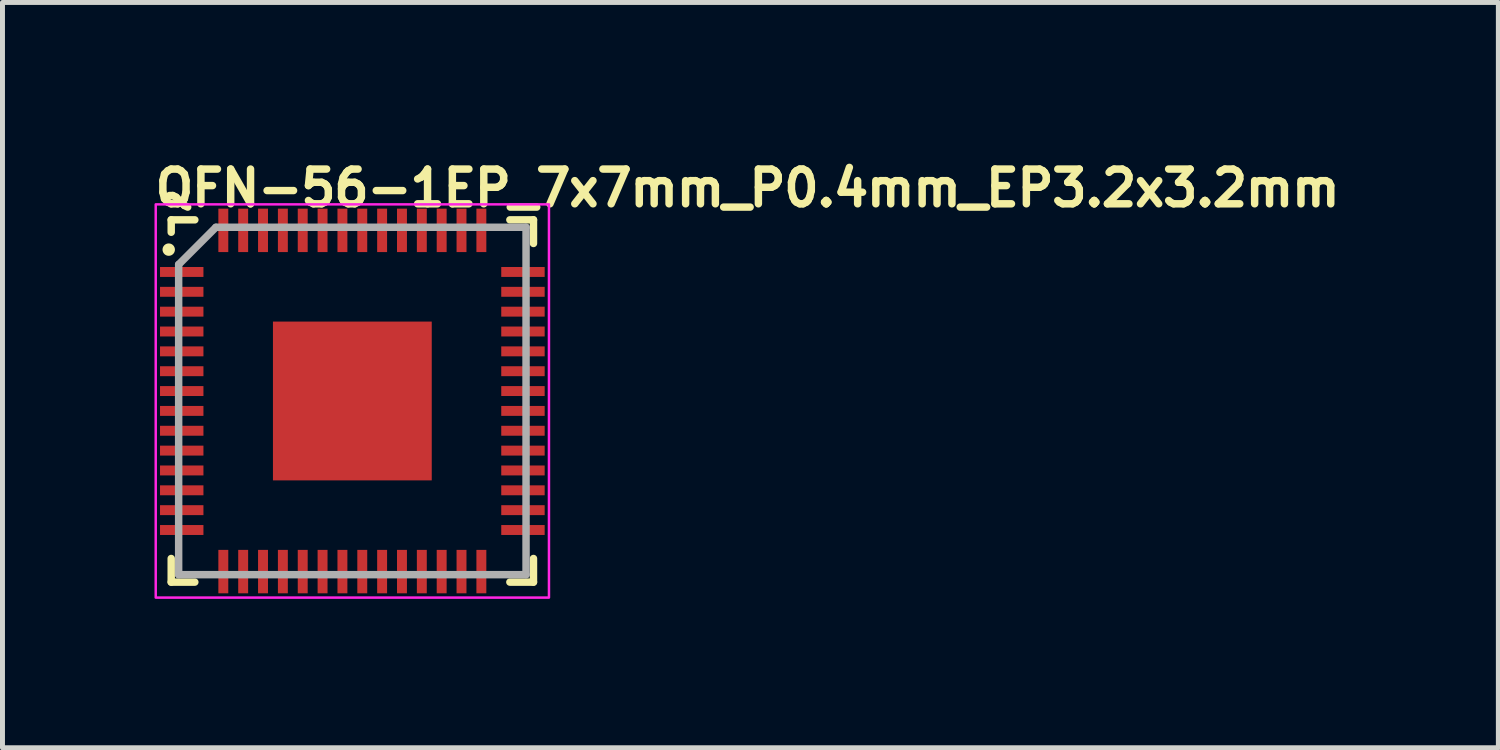
<source format=kicad_pcb>
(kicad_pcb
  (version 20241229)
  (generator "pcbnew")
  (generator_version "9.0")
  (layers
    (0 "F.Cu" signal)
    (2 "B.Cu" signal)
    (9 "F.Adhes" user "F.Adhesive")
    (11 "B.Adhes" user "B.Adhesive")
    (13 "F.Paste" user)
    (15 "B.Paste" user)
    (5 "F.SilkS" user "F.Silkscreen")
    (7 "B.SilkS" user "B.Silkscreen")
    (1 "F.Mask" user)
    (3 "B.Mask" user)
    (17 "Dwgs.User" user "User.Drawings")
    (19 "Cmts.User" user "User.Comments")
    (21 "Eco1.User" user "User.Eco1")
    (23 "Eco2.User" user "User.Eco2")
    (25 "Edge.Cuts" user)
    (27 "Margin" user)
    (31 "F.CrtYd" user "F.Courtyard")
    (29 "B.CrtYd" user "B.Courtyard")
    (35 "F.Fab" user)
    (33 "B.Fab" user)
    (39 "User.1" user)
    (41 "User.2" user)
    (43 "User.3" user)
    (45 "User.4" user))
  (footprint "QFN-56-1EP_7x7mm_P0.4mm_EP3.2x3.2mm"
    (layer "F.Cu")
    (at 4.05 5.03)
    (property "Reference" "QFN-56-1EP_7x7mm_P0.4mm_EP3.2x3.2mm" (at -4.05 -3.88 0) (layer "F.SilkS") (effects (font (size 0.7 0.7) (thickness 0.15)) (justify left bottom)))
    (attr smd)
    (fp_line (start -3.65 -3.4) (end -3.65 -3.65) (stroke (width 0.15) (type solid)) (layer "F.SilkS"))
    (fp_line (start -3.65 3.65) (end -3.65 3.174) (stroke (width 0.15) (type solid)) (layer "F.SilkS"))
    (fp_line (start -3.174 -3.65) (end -3.65 -3.65) (stroke (width 0.15) (type solid)) (layer "F.SilkS"))
    (fp_line (start -3.174 3.65) (end -3.65 3.65) (stroke (width 0.15) (type solid)) (layer "F.SilkS"))
    (fp_line (start 3.174 -3.65) (end 3.65 -3.65) (stroke (width 0.15) (type solid)) (layer "F.SilkS"))
    (fp_line (start 3.174 3.65) (end 3.65 3.65) (stroke (width 0.15) (type solid)) (layer "F.SilkS"))
    (fp_line (start 3.65 -3.65) (end 3.65 -3.174) (stroke (width 0.15) (type solid)) (layer "F.SilkS"))
    (fp_line (start 3.65 3.65) (end 3.65 3.174) (stroke (width 0.15) (type solid)) (layer "F.SilkS"))
    (fp_circle (center -3.7 -3.05) (end -3.65 -3.05) (stroke (width 0.15) (type solid)) (fill yes) (layer "F.SilkS"))
    (fp_rect (start -1.4 -1.4) (end -0.2 -0.2) (stroke (width 0.1) (type solid)) (fill yes) (layer "F.Paste"))
    (fp_rect (start -1.4 0.2) (end -0.2 1.4) (stroke (width 0.1) (type solid)) (fill yes) (layer "F.Paste"))
    (fp_rect (start 0.2 -1.4) (end 1.4 -0.2) (stroke (width 0.1) (type solid)) (fill yes) (layer "F.Paste"))
    (fp_rect (start 0.2 0.2) (end 1.4 1.4) (stroke (width 0.1) (type solid)) (fill yes) (layer "F.Paste"))
    (fp_rect (start 3.962 3.962) (end -3.962 -3.962) (stroke (width 0.05) (type solid)) (fill no) (layer "F.CrtYd"))
    (fp_line (start -3.5 -2.75) (end -3.5 3.5) (stroke (width 0.15) (type solid)) (layer "F.Fab"))
    (fp_line (start -3.5 3.5) (end 3.5 3.5) (stroke (width 0.15) (type solid)) (layer "F.Fab"))
    (fp_line (start -2.75 -3.5) (end -3.5 -2.75) (stroke (width 0.15) (type solid)) (layer "F.Fab"))
    (fp_line (start 3.5 -3.5) (end -2.75 -3.5) (stroke (width 0.15) (type solid)) (layer "F.Fab"))
    (fp_line (start 3.5 3.5) (end 3.5 -3.5) (stroke (width 0.15) (type solid)) (layer "F.Fab"))
    (fp_rect (start -3.5 -3.5) (end 3.5 3.5) (stroke (width 0.15) (type solid)) (fill no) (layer "User.5"))
    (fp_line (start -3.5 -2.7) (end -3.5 -2.5) (stroke (width 0.01) (type solid)) (layer "User.9"))
    (fp_line (start -3.5 -2.5) (end -3.49 -2.5) (stroke (width 0.01) (type solid)) (layer "User.9"))
    (fp_line (start -3.5 -2.3) (end -3.5 -2.1) (stroke (width 0.01) (type solid)) (layer "User.9"))
    (fp_line (start -3.5 -2.1) (end -3.49 -2.1) (stroke (width 0.01) (type solid)) (layer "User.9"))
    (fp_line (start -3.5 -1.9) (end -3.5 -1.7) (stroke (width 0.01) (type solid)) (layer "User.9"))
    (fp_line (start -3.5 -1.7) (end -3.49 -1.7) (stroke (width 0.01) (type solid)) (layer "User.9"))
    (fp_line (start -3.5 -1.5) (end -3.5 -1.3) (stroke (width 0.01) (type solid)) (layer "User.9"))
    (fp_line (start -3.5 -1.3) (end -3.49 -1.3) (stroke (width 0.01) (type solid)) (layer "User.9"))
    (fp_line (start -3.5 -1.1) (end -3.5 -0.9) (stroke (width 0.01) (type solid)) (layer "User.9"))
    (fp_line (start -3.5 -0.9) (end -3.49 -0.9) (stroke (width 0.01) (type solid)) (layer "User.9"))
    (fp_line (start -3.5 -0.7) (end -3.5 -0.5) (stroke (width 0.01) (type solid)) (layer "User.9"))
    (fp_line (start -3.5 -0.5) (end -3.49 -0.5) (stroke (width 0.01) (type solid)) (layer "User.9"))
    (fp_line (start -3.5 -0.3) (end -3.5 -0.1) (stroke (width 0.01) (type solid)) (layer "User.9"))
    (fp_line (start -3.5 -0.1) (end -3.49 -0.1) (stroke (width 0.01) (type solid)) (layer "User.9"))
    (fp_line (start -3.5 0.1) (end -3.5 0.3) (stroke (width 0.01) (type solid)) (layer "User.9"))
    (fp_line (start -3.5 0.3) (end -3.49 0.3) (stroke (width 0.01) (type solid)) (layer "User.9"))
    (fp_line (start -3.5 0.5) (end -3.5 0.7) (stroke (width 0.01) (type solid)) (layer "User.9"))
    (fp_line (start -3.5 0.7) (end -3.49 0.7) (stroke (width 0.01) (type solid)) (layer "User.9"))
    (fp_line (start -3.5 0.9) (end -3.5 1.1) (stroke (width 0.01) (type solid)) (layer "User.9"))
    (fp_line (start -3.5 1.1) (end -3.49 1.1) (stroke (width 0.01) (type solid)) (layer "User.9"))
    (fp_line (start -3.5 1.3) (end -3.5 1.5) (stroke (width 0.01) (type solid)) (layer "User.9"))
    (fp_line (start -3.5 1.5) (end -3.49 1.5) (stroke (width 0.01) (type solid)) (layer "User.9"))
    (fp_line (start -3.5 1.7) (end -3.5 1.9) (stroke (width 0.01) (type solid)) (layer "User.9"))
    (fp_line (start -3.5 1.9) (end -3.49 1.9) (stroke (width 0.01) (type solid)) (layer "User.9"))
    (fp_line (start -3.5 2.1) (end -3.5 2.3) (stroke (width 0.01) (type solid)) (layer "User.9"))
    (fp_line (start -3.5 2.3) (end -3.49 2.3) (stroke (width 0.01) (type solid)) (layer "User.9"))
    (fp_line (start -3.5 2.5) (end -3.5 2.7) (stroke (width 0.01) (type solid)) (layer "User.9"))
    (fp_line (start -3.5 2.7) (end -3.49 2.7) (stroke (width 0.01) (type solid)) (layer "User.9"))
    (fp_line (start -3.49 -2.7) (end -3.5 -2.7) (stroke (width 0.01) (type solid)) (layer "User.9"))
    (fp_line (start -3.49 -2.3) (end -3.5 -2.3) (stroke (width 0.01) (type solid)) (layer "User.9"))
    (fp_line (start -3.49 -1.9) (end -3.5 -1.9) (stroke (width 0.01) (type solid)) (layer "User.9"))
    (fp_line (start -3.49 -1.5) (end -3.5 -1.5) (stroke (width 0.01) (type solid)) (layer "User.9"))
    (fp_line (start -3.49 -1.1) (end -3.5 -1.1) (stroke (width 0.01) (type solid)) (layer "User.9"))
    (fp_line (start -3.49 -0.7) (end -3.5 -0.7) (stroke (width 0.01) (type solid)) (layer "User.9"))
    (fp_line (start -3.49 -0.3) (end -3.5 -0.3) (stroke (width 0.01) (type solid)) (layer "User.9"))
    (fp_line (start -3.49 0.1) (end -3.5 0.1) (stroke (width 0.01) (type solid)) (layer "User.9"))
    (fp_line (start -3.49 0.5) (end -3.5 0.5) (stroke (width 0.01) (type solid)) (layer "User.9"))
    (fp_line (start -3.49 0.9) (end -3.5 0.9) (stroke (width 0.01) (type solid)) (layer "User.9"))
    (fp_line (start -3.49 1.3) (end -3.5 1.3) (stroke (width 0.01) (type solid)) (layer "User.9"))
    (fp_line (start -3.49 1.7) (end -3.5 1.7) (stroke (width 0.01) (type solid)) (layer "User.9"))
    (fp_line (start -3.49 2.1) (end -3.5 2.1) (stroke (width 0.01) (type solid)) (layer "User.9"))
    (fp_line (start -3.49 2.5) (end -3.5 2.5) (stroke (width 0.01) (type solid)) (layer "User.9"))
    (fp_line (start -3.05 -2.8) (end -3.05 -2.787) (stroke (width 0.01) (type solid)) (layer "User.9"))
    (fp_line (start -3.05 -2.813) (end -3.05 -2.8) (stroke (width 0.01) (type solid)) (layer "User.9"))
    (fp_line (start -3.05 -2.787) (end -3.049 -2.774) (stroke (width 0.01) (type solid)) (layer "User.9"))
    (fp_line (start -3.049 -2.826) (end -3.05 -2.813) (stroke (width 0.01) (type solid)) (layer "User.9"))
    (fp_line (start -3.049 -2.774) (end -3.047 -2.762) (stroke (width 0.01) (type solid)) (layer "User.9"))
    (fp_line (start -3.047 -2.838) (end -3.049 -2.826) (stroke (width 0.01) (type solid)) (layer "User.9"))
    (fp_line (start -3.047 -2.762) (end -3.045 -2.75) (stroke (width 0.01) (type solid)) (layer "User.9"))
    (fp_line (start -3.045 -2.85) (end -3.047 -2.838) (stroke (width 0.01) (type solid)) (layer "User.9"))
    (fp_line (start -3.045 -2.75) (end -3.042 -2.738) (stroke (width 0.01) (type solid)) (layer "User.9"))
    (fp_line (start -3.042 -2.862) (end -3.045 -2.85) (stroke (width 0.01) (type solid)) (layer "User.9"))
    (fp_line (start -3.042 -2.738) (end -3.039 -2.726) (stroke (width 0.01) (type solid)) (layer "User.9"))
    (fp_line (start -3.039 -2.874) (end -3.042 -2.862) (stroke (width 0.01) (type solid)) (layer "User.9"))
    (fp_line (start -3.039 -2.726) (end -3.035 -2.714) (stroke (width 0.01) (type solid)) (layer "User.9"))
    (fp_line (start -3.035 -2.886) (end -3.039 -2.874) (stroke (width 0.01) (type solid)) (layer "User.9"))
    (fp_line (start -3.035 -2.714) (end -3.03 -2.703) (stroke (width 0.01) (type solid)) (layer "User.9"))
    (fp_line (start -3.03 -2.897) (end -3.035 -2.886) (stroke (width 0.01) (type solid)) (layer "User.9"))
    (fp_line (start -3.03 -2.703) (end -3.025 -2.692) (stroke (width 0.01) (type solid)) (layer "User.9"))
    (fp_line (start -3.025 -2.908) (end -3.03 -2.897) (stroke (width 0.01) (type solid)) (layer "User.9"))
    (fp_line (start -3.025 -2.692) (end -3.02 -2.681) (stroke (width 0.01) (type solid)) (layer "User.9"))
    (fp_line (start -3.02 -2.919) (end -3.025 -2.908) (stroke (width 0.01) (type solid)) (layer "User.9"))
    (fp_line (start -3.02 -2.681) (end -3.014 -2.67) (stroke (width 0.01) (type solid)) (layer "User.9"))
    (fp_line (start -3.014 -2.93) (end -3.02 -2.919) (stroke (width 0.01) (type solid)) (layer "User.9"))
    (fp_line (start -3.014 -2.67) (end -3.007 -2.66) (stroke (width 0.01) (type solid)) (layer "User.9"))
    (fp_line (start -3.007 -2.94) (end -3.014 -2.93) (stroke (width 0.01) (type solid)) (layer "User.9"))
    (fp_line (start -3.007 -2.66) (end -3 -2.65) (stroke (width 0.01) (type solid)) (layer "User.9"))
    (fp_line (start -3 -2.95) (end -3.007 -2.94) (stroke (width 0.01) (type solid)) (layer "User.9"))
    (fp_line (start -3 -2.65) (end -2.993 -2.641) (stroke (width 0.01) (type solid)) (layer "User.9"))
    (fp_line (start -2.993 -2.959) (end -3 -2.95) (stroke (width 0.01) (type solid)) (layer "User.9"))
    (fp_line (start -2.993 -2.641) (end -2.985 -2.632) (stroke (width 0.01) (type solid)) (layer "User.9"))
    (fp_line (start -2.985 -2.968) (end -2.993 -2.959) (stroke (width 0.01) (type solid)) (layer "User.9"))
    (fp_line (start -2.985 -2.632) (end -2.977 -2.623) (stroke (width 0.01) (type solid)) (layer "User.9"))
    (fp_line (start -2.977 -2.977) (end -2.985 -2.968) (stroke (width 0.01) (type solid)) (layer "User.9"))
    (fp_line (start -2.977 -2.623) (end -2.968 -2.615) (stroke (width 0.01) (type solid)) (layer "User.9"))
    (fp_line (start -2.968 -2.985) (end -2.977 -2.977) (stroke (width 0.01) (type solid)) (layer "User.9"))
    (fp_line (start -2.968 -2.615) (end -2.959 -2.607) (stroke (width 0.01) (type solid)) (layer "User.9"))
    (fp_line (start -2.959 -2.993) (end -2.968 -2.985) (stroke (width 0.01) (type solid)) (layer "User.9"))
    (fp_line (start -2.959 -2.607) (end -2.95 -2.6) (stroke (width 0.01) (type solid)) (layer "User.9"))
    (fp_line (start -2.95 -3) (end -2.959 -2.993) (stroke (width 0.01) (type solid)) (layer "User.9"))
    (fp_line (start -2.95 -2.6) (end -2.94 -2.593) (stroke (width 0.01) (type solid)) (layer "User.9"))
    (fp_line (start -2.94 -3.007) (end -2.95 -3) (stroke (width 0.01) (type solid)) (layer "User.9"))
    (fp_line (start -2.94 -2.593) (end -2.93 -2.586) (stroke (width 0.01) (type solid)) (layer "User.9"))
    (fp_line (start -2.93 -3.014) (end -2.94 -3.007) (stroke (width 0.01) (type solid)) (layer "User.9"))
    (fp_line (start -2.93 -2.586) (end -2.919 -2.58) (stroke (width 0.01) (type solid)) (layer "User.9"))
    (fp_line (start -2.919 -3.02) (end -2.93 -3.014) (stroke (width 0.01) (type solid)) (layer "User.9"))
    (fp_line (start -2.919 -2.58) (end -2.908 -2.575) (stroke (width 0.01) (type solid)) (layer "User.9"))
    (fp_line (start -2.908 -3.025) (end -2.919 -3.02) (stroke (width 0.01) (type solid)) (layer "User.9"))
    (fp_line (start -2.908 -2.575) (end -2.897 -2.57) (stroke (width 0.01) (type solid)) (layer "User.9"))
    (fp_line (start -2.897 -3.03) (end -2.908 -3.025) (stroke (width 0.01) (type solid)) (layer "User.9"))
    (fp_line (start -2.897 -2.57) (end -2.886 -2.565) (stroke (width 0.01) (type solid)) (layer "User.9"))
    (fp_line (start -2.886 -3.035) (end -2.897 -3.03) (stroke (width 0.01) (type solid)) (layer "User.9"))
    (fp_line (start -2.886 -2.565) (end -2.874 -2.561) (stroke (width 0.01) (type solid)) (layer "User.9"))
    (fp_line (start -2.874 -3.039) (end -2.886 -3.035) (stroke (width 0.01) (type solid)) (layer "User.9"))
    (fp_line (start -2.874 -2.561) (end -2.862 -2.558) (stroke (width 0.01) (type solid)) (layer "User.9"))
    (fp_line (start -2.862 -3.042) (end -2.874 -3.039) (stroke (width 0.01) (type solid)) (layer "User.9"))
    (fp_line (start -2.862 -2.558) (end -2.85 -2.555) (stroke (width 0.01) (type solid)) (layer "User.9"))
    (fp_line (start -2.85 -3.045) (end -2.862 -3.042) (stroke (width 0.01) (type solid)) (layer "User.9"))
    (fp_line (start -2.85 -2.555) (end -2.838 -2.553) (stroke (width 0.01) (type solid)) (layer "User.9"))
    (fp_line (start -2.838 -3.047) (end -2.85 -3.045) (stroke (width 0.01) (type solid)) (layer "User.9"))
    (fp_line (start -2.838 -2.553) (end -2.826 -2.551) (stroke (width 0.01) (type solid)) (layer "User.9"))
    (fp_line (start -2.826 -3.049) (end -2.838 -3.047) (stroke (width 0.01) (type solid)) (layer "User.9"))
    (fp_line (start -2.826 -2.551) (end -2.813 -2.55) (stroke (width 0.01) (type solid)) (layer "User.9"))
    (fp_line (start -2.813 -3.05) (end -2.826 -3.049) (stroke (width 0.01) (type solid)) (layer "User.9"))
    (fp_line (start -2.813 -2.55) (end -2.8 -2.55) (stroke (width 0.01) (type solid)) (layer "User.9"))
    (fp_line (start -2.8 -3.05) (end -2.813 -3.05) (stroke (width 0.01) (type solid)) (layer "User.9"))
    (fp_line (start -2.8 -2.55) (end -2.787 -2.55) (stroke (width 0.01) (type solid)) (layer "User.9"))
    (fp_line (start -2.787 -3.05) (end -2.8 -3.05) (stroke (width 0.01) (type solid)) (layer "User.9"))
    (fp_line (start -2.787 -2.55) (end -2.774 -2.551) (stroke (width 0.01) (type solid)) (layer "User.9"))
    (fp_line (start -2.774 -3.049) (end -2.787 -3.05) (stroke (width 0.01) (type solid)) (layer "User.9"))
    (fp_line (start -2.774 -2.551) (end -2.762 -2.553) (stroke (width 0.01) (type solid)) (layer "User.9"))
    (fp_line (start -2.762 -3.047) (end -2.774 -3.049) (stroke (width 0.01) (type solid)) (layer "User.9"))
    (fp_line (start -2.762 -2.553) (end -2.75 -2.555) (stroke (width 0.01) (type solid)) (layer "User.9"))
    (fp_line (start -2.75 -3.045) (end -2.762 -3.047) (stroke (width 0.01) (type solid)) (layer "User.9"))
    (fp_line (start -2.75 -2.555) (end -2.738 -2.558) (stroke (width 0.01) (type solid)) (layer "User.9"))
    (fp_line (start -2.738 -3.042) (end -2.75 -3.045) (stroke (width 0.01) (type solid)) (layer "User.9"))
    (fp_line (start -2.738 -2.558) (end -2.726 -2.561) (stroke (width 0.01) (type solid)) (layer "User.9"))
    (fp_line (start -2.726 -3.039) (end -2.738 -3.042) (stroke (width 0.01) (type solid)) (layer "User.9"))
    (fp_line (start -2.726 -2.561) (end -2.714 -2.565) (stroke (width 0.01) (type solid)) (layer "User.9"))
    (fp_line (start -2.714 -3.035) (end -2.726 -3.039) (stroke (width 0.01) (type solid)) (layer "User.9"))
    (fp_line (start -2.714 -2.565) (end -2.703 -2.57) (stroke (width 0.01) (type solid)) (layer "User.9"))
    (fp_line (start -2.703 -3.03) (end -2.714 -3.035) (stroke (width 0.01) (type solid)) (layer "User.9"))
    (fp_line (start -2.703 -2.57) (end -2.692 -2.575) (stroke (width 0.01) (type solid)) (layer "User.9"))
    (fp_line (start -2.7 -3.5) (end -2.7 -3.49) (stroke (width 0.01) (type solid)) (layer "User.9"))
    (fp_line (start -2.7 3.49) (end -2.7 3.5) (stroke (width 0.01) (type solid)) (layer "User.9"))
    (fp_line (start -2.7 3.5) (end -2.5 3.5) (stroke (width 0.01) (type solid)) (layer "User.9"))
    (fp_line (start -2.692 -3.025) (end -2.703 -3.03) (stroke (width 0.01) (type solid)) (layer "User.9"))
    (fp_line (start -2.692 -2.575) (end -2.681 -2.58) (stroke (width 0.01) (type solid)) (layer "User.9"))
    (fp_line (start -2.681 -3.02) (end -2.692 -3.025) (stroke (width 0.01) (type solid)) (layer "User.9"))
    (fp_line (start -2.681 -2.58) (end -2.67 -2.586) (stroke (width 0.01) (type solid)) (layer "User.9"))
    (fp_line (start -2.67 -3.014) (end -2.681 -3.02) (stroke (width 0.01) (type solid)) (layer "User.9"))
    (fp_line (start -2.67 -2.586) (end -2.66 -2.593) (stroke (width 0.01) (type solid)) (layer "User.9"))
    (fp_line (start -2.66 -3.007) (end -2.67 -3.014) (stroke (width 0.01) (type solid)) (layer "User.9"))
    (fp_line (start -2.66 -2.593) (end -2.65 -2.6) (stroke (width 0.01) (type solid)) (layer "User.9"))
    (fp_line (start -2.65 -3) (end -2.66 -3.007) (stroke (width 0.01) (type solid)) (layer "User.9"))
    (fp_line (start -2.65 -2.6) (end -2.641 -2.607) (stroke (width 0.01) (type solid)) (layer "User.9"))
    (fp_line (start -2.641 -2.993) (end -2.65 -3) (stroke (width 0.01) (type solid)) (layer "User.9"))
    (fp_line (start -2.641 -2.607) (end -2.632 -2.615) (stroke (width 0.01) (type solid)) (layer "User.9"))
    (fp_line (start -2.632 -2.985) (end -2.641 -2.993) (stroke (width 0.01) (type solid)) (layer "User.9"))
    (fp_line (start -2.632 -2.615) (end -2.623 -2.623) (stroke (width 0.01) (type solid)) (layer "User.9"))
    (fp_line (start -2.623 -2.977) (end -2.632 -2.985) (stroke (width 0.01) (type solid)) (layer "User.9"))
    (fp_line (start -2.623 -2.623) (end -2.615 -2.632) (stroke (width 0.01) (type solid)) (layer "User.9"))
    (fp_line (start -2.615 -2.968) (end -2.623 -2.977) (stroke (width 0.01) (type solid)) (layer "User.9"))
    (fp_line (start -2.615 -2.632) (end -2.607 -2.641) (stroke (width 0.01) (type solid)) (layer "User.9"))
    (fp_line (start -2.607 -2.959) (end -2.615 -2.968) (stroke (width 0.01) (type solid)) (layer "User.9"))
    (fp_line (start -2.607 -2.641) (end -2.6 -2.65) (stroke (width 0.01) (type solid)) (layer "User.9"))
    (fp_line (start -2.6 -2.95) (end -2.607 -2.959) (stroke (width 0.01) (type solid)) (layer "User.9"))
    (fp_line (start -2.6 -2.65) (end -2.593 -2.66) (stroke (width 0.01) (type solid)) (layer "User.9"))
    (fp_line (start -2.593 -2.94) (end -2.6 -2.95) (stroke (width 0.01) (type solid)) (layer "User.9"))
    (fp_line (start -2.593 -2.66) (end -2.586 -2.67) (stroke (width 0.01) (type solid)) (layer "User.9"))
    (fp_line (start -2.586 -2.93) (end -2.593 -2.94) (stroke (width 0.01) (type solid)) (layer "User.9"))
    (fp_line (start -2.586 -2.67) (end -2.58 -2.681) (stroke (width 0.01) (type solid)) (layer "User.9"))
    (fp_line (start -2.58 -2.919) (end -2.586 -2.93) (stroke (width 0.01) (type solid)) (layer "User.9"))
    (fp_line (start -2.58 -2.681) (end -2.575 -2.692) (stroke (width 0.01) (type solid)) (layer "User.9"))
    (fp_line (start -2.575 -2.908) (end -2.58 -2.919) (stroke (width 0.01) (type solid)) (layer "User.9"))
    (fp_line (start -2.575 -2.692) (end -2.57 -2.703) (stroke (width 0.01) (type solid)) (layer "User.9"))
    (fp_line (start -2.57 -2.897) (end -2.575 -2.908) (stroke (width 0.01) (type solid)) (layer "User.9"))
    (fp_line (start -2.57 -2.703) (end -2.565 -2.714) (stroke (width 0.01) (type solid)) (layer "User.9"))
    (fp_line (start -2.565 -2.886) (end -2.57 -2.897) (stroke (width 0.01) (type solid)) (layer "User.9"))
    (fp_line (start -2.565 -2.714) (end -2.561 -2.726) (stroke (width 0.01) (type solid)) (layer "User.9"))
    (fp_line (start -2.561 -2.874) (end -2.565 -2.886) (stroke (width 0.01) (type solid)) (layer "User.9"))
    (fp_line (start -2.561 -2.726) (end -2.558 -2.738) (stroke (width 0.01) (type solid)) (layer "User.9"))
    (fp_line (start -2.558 -2.862) (end -2.561 -2.874) (stroke (width 0.01) (type solid)) (layer "User.9"))
    (fp_line (start -2.558 -2.738) (end -2.555 -2.75) (stroke (width 0.01) (type solid)) (layer "User.9"))
    (fp_line (start -2.555 -2.85) (end -2.558 -2.862) (stroke (width 0.01) (type solid)) (layer "User.9"))
    (fp_line (start -2.555 -2.75) (end -2.553 -2.762) (stroke (width 0.01) (type solid)) (layer "User.9"))
    (fp_line (start -2.553 -2.838) (end -2.555 -2.85) (stroke (width 0.01) (type solid)) (layer "User.9"))
    (fp_line (start -2.553 -2.762) (end -2.551 -2.774) (stroke (width 0.01) (type solid)) (layer "User.9"))
    (fp_line (start -2.551 -2.826) (end -2.553 -2.838) (stroke (width 0.01) (type solid)) (layer "User.9"))
    (fp_line (start -2.551 -2.774) (end -2.55 -2.787) (stroke (width 0.01) (type solid)) (layer "User.9"))
    (fp_line (start -2.55 -2.813) (end -2.551 -2.826) (stroke (width 0.01) (type solid)) (layer "User.9"))
    (fp_line (start -2.55 -2.787) (end -2.55 -2.8) (stroke (width 0.01) (type solid)) (layer "User.9"))
    (fp_line (start -2.55 -2.8) (end -2.55 -2.813) (stroke (width 0.01) (type solid)) (layer "User.9"))
    (fp_line (start -2.5 -3.5) (end -2.7 -3.5) (stroke (width 0.01) (type solid)) (layer "User.9"))
    (fp_line (start -2.5 -3.49) (end -2.5 -3.5) (stroke (width 0.01) (type solid)) (layer "User.9"))
    (fp_line (start -2.5 3.5) (end -2.5 3.49) (stroke (width 0.01) (type solid)) (layer "User.9"))
    (fp_line (start -2.3 -3.5) (end -2.3 -3.49) (stroke (width 0.01) (type solid)) (layer "User.9"))
    (fp_line (start -2.3 3.49) (end -2.3 3.5) (stroke (width 0.01) (type solid)) (layer "User.9"))
    (fp_line (start -2.3 3.5) (end -2.1 3.5) (stroke (width 0.01) (type solid)) (layer "User.9"))
    (fp_line (start -2.1 -3.5) (end -2.3 -3.5) (stroke (width 0.01) (type solid)) (layer "User.9"))
    (fp_line (start -2.1 -3.49) (end -2.1 -3.5) (stroke (width 0.01) (type solid)) (layer "User.9"))
    (fp_line (start -2.1 3.5) (end -2.1 3.49) (stroke (width 0.01) (type solid)) (layer "User.9"))
    (fp_line (start -1.9 -3.5) (end -1.9 -3.49) (stroke (width 0.01) (type solid)) (layer "User.9"))
    (fp_line (start -1.9 3.49) (end -1.9 3.5) (stroke (width 0.01) (type solid)) (layer "User.9"))
    (fp_line (start -1.9 3.5) (end -1.7 3.5) (stroke (width 0.01) (type solid)) (layer "User.9"))
    (fp_line (start -1.7 -3.5) (end -1.9 -3.5) (stroke (width 0.01) (type solid)) (layer "User.9"))
    (fp_line (start -1.7 -3.49) (end -1.7 -3.5) (stroke (width 0.01) (type solid)) (layer "User.9"))
    (fp_line (start -1.7 3.5) (end -1.7 3.49) (stroke (width 0.01) (type solid)) (layer "User.9"))
    (fp_line (start -1.5 -3.5) (end -1.5 -3.49) (stroke (width 0.01) (type solid)) (layer "User.9"))
    (fp_line (start -1.5 3.49) (end -1.5 3.5) (stroke (width 0.01) (type solid)) (layer "User.9"))
    (fp_line (start -1.5 3.5) (end -1.3 3.5) (stroke (width 0.01) (type solid)) (layer "User.9"))
    (fp_line (start -1.3 -3.5) (end -1.5 -3.5) (stroke (width 0.01) (type solid)) (layer "User.9"))
    (fp_line (start -1.3 -3.49) (end -1.3 -3.5) (stroke (width 0.01) (type solid)) (layer "User.9"))
    (fp_line (start -1.3 3.5) (end -1.3 3.49) (stroke (width 0.01) (type solid)) (layer "User.9"))
    (fp_line (start -1.1 -3.5) (end -1.1 -3.49) (stroke (width 0.01) (type solid)) (layer "User.9"))
    (fp_line (start -1.1 3.49) (end -1.1 3.5) (stroke (width 0.01) (type solid)) (layer "User.9"))
    (fp_line (start -1.1 3.5) (end -0.9 3.5) (stroke (width 0.01) (type solid)) (layer "User.9"))
    (fp_line (start -0.9 -3.5) (end -1.1 -3.5) (stroke (width 0.01) (type solid)) (layer "User.9"))
    (fp_line (start -0.9 -3.49) (end -0.9 -3.5) (stroke (width 0.01) (type solid)) (layer "User.9"))
    (fp_line (start -0.9 3.5) (end -0.9 3.49) (stroke (width 0.01) (type solid)) (layer "User.9"))
    (fp_line (start -0.7 -3.5) (end -0.7 -3.49) (stroke (width 0.01) (type solid)) (layer "User.9"))
    (fp_line (start -0.7 3.49) (end -0.7 3.5) (stroke (width 0.01) (type solid)) (layer "User.9"))
    (fp_line (start -0.7 3.5) (end -0.5 3.5) (stroke (width 0.01) (type solid)) (layer "User.9"))
    (fp_line (start -0.5 -3.5) (end -0.7 -3.5) (stroke (width 0.01) (type solid)) (layer "User.9"))
    (fp_line (start -0.5 -3.49) (end -0.5 -3.5) (stroke (width 0.01) (type solid)) (layer "User.9"))
    (fp_line (start -0.5 3.5) (end -0.5 3.49) (stroke (width 0.01) (type solid)) (layer "User.9"))
    (fp_line (start -0.3 -3.5) (end -0.3 -3.49) (stroke (width 0.01) (type solid)) (layer "User.9"))
    (fp_line (start -0.3 3.49) (end -0.3 3.5) (stroke (width 0.01) (type solid)) (layer "User.9"))
    (fp_line (start -0.3 3.5) (end -0.1 3.5) (stroke (width 0.01) (type solid)) (layer "User.9"))
    (fp_line (start -0.1 -3.5) (end -0.3 -3.5) (stroke (width 0.01) (type solid)) (layer "User.9"))
    (fp_line (start -0.1 -3.49) (end -0.1 -3.5) (stroke (width 0.01) (type solid)) (layer "User.9"))
    (fp_line (start -0.1 3.5) (end -0.1 3.49) (stroke (width 0.01) (type solid)) (layer "User.9"))
    (fp_line (start 0.1 -3.5) (end 0.1 -3.49) (stroke (width 0.01) (type solid)) (layer "User.9"))
    (fp_line (start 0.1 3.49) (end 0.1 3.5) (stroke (width 0.01) (type solid)) (layer "User.9"))
    (fp_line (start 0.1 3.5) (end 0.3 3.5) (stroke (width 0.01) (type solid)) (layer "User.9"))
    (fp_line (start 0.3 -3.5) (end 0.1 -3.5) (stroke (width 0.01) (type solid)) (layer "User.9"))
    (fp_line (start 0.3 -3.49) (end 0.3 -3.5) (stroke (width 0.01) (type solid)) (layer "User.9"))
    (fp_line (start 0.3 3.5) (end 0.3 3.49) (stroke (width 0.01) (type solid)) (layer "User.9"))
    (fp_line (start 0.5 -3.5) (end 0.5 -3.49) (stroke (width 0.01) (type solid)) (layer "User.9"))
    (fp_line (start 0.5 3.49) (end 0.5 3.5) (stroke (width 0.01) (type solid)) (layer "User.9"))
    (fp_line (start 0.5 3.5) (end 0.7 3.5) (stroke (width 0.01) (type solid)) (layer "User.9"))
    (fp_line (start 0.7 -3.5) (end 0.5 -3.5) (stroke (width 0.01) (type solid)) (layer "User.9"))
    (fp_line (start 0.7 -3.49) (end 0.7 -3.5) (stroke (width 0.01) (type solid)) (layer "User.9"))
    (fp_line (start 0.7 3.5) (end 0.7 3.49) (stroke (width 0.01) (type solid)) (layer "User.9"))
    (fp_line (start 0.9 -3.5) (end 0.9 -3.49) (stroke (width 0.01) (type solid)) (layer "User.9"))
    (fp_line (start 0.9 3.49) (end 0.9 3.5) (stroke (width 0.01) (type solid)) (layer "User.9"))
    (fp_line (start 0.9 3.5) (end 1.1 3.5) (stroke (width 0.01) (type solid)) (layer "User.9"))
    (fp_line (start 1.1 -3.5) (end 0.9 -3.5) (stroke (width 0.01) (type solid)) (layer "User.9"))
    (fp_line (start 1.1 -3.49) (end 1.1 -3.5) (stroke (width 0.01) (type solid)) (layer "User.9"))
    (fp_line (start 1.1 3.5) (end 1.1 3.49) (stroke (width 0.01) (type solid)) (layer "User.9"))
    (fp_line (start 1.3 -3.5) (end 1.3 -3.49) (stroke (width 0.01) (type solid)) (layer "User.9"))
    (fp_line (start 1.3 3.49) (end 1.3 3.5) (stroke (width 0.01) (type solid)) (layer "User.9"))
    (fp_line (start 1.3 3.5) (end 1.5 3.5) (stroke (width 0.01) (type solid)) (layer "User.9"))
    (fp_line (start 1.5 -3.5) (end 1.3 -3.5) (stroke (width 0.01) (type solid)) (layer "User.9"))
    (fp_line (start 1.5 -3.49) (end 1.5 -3.5) (stroke (width 0.01) (type solid)) (layer "User.9"))
    (fp_line (start 1.5 3.5) (end 1.5 3.49) (stroke (width 0.01) (type solid)) (layer "User.9"))
    (fp_line (start 1.7 -3.5) (end 1.7 -3.49) (stroke (width 0.01) (type solid)) (layer "User.9"))
    (fp_line (start 1.7 3.49) (end 1.7 3.5) (stroke (width 0.01) (type solid)) (layer "User.9"))
    (fp_line (start 1.7 3.5) (end 1.9 3.5) (stroke (width 0.01) (type solid)) (layer "User.9"))
    (fp_line (start 1.9 -3.5) (end 1.7 -3.5) (stroke (width 0.01) (type solid)) (layer "User.9"))
    (fp_line (start 1.9 -3.49) (end 1.9 -3.5) (stroke (width 0.01) (type solid)) (layer "User.9"))
    (fp_line (start 1.9 3.5) (end 1.9 3.49) (stroke (width 0.01) (type solid)) (layer "User.9"))
    (fp_line (start 2.1 -3.5) (end 2.1 -3.49) (stroke (width 0.01) (type solid)) (layer "User.9"))
    (fp_line (start 2.1 3.49) (end 2.1 3.5) (stroke (width 0.01) (type solid)) (layer "User.9"))
    (fp_line (start 2.1 3.5) (end 2.3 3.5) (stroke (width 0.01) (type solid)) (layer "User.9"))
    (fp_line (start 2.3 -3.5) (end 2.1 -3.5) (stroke (width 0.01) (type solid)) (layer "User.9"))
    (fp_line (start 2.3 -3.49) (end 2.3 -3.5) (stroke (width 0.01) (type solid)) (layer "User.9"))
    (fp_line (start 2.3 3.5) (end 2.3 3.49) (stroke (width 0.01) (type solid)) (layer "User.9"))
    (fp_line (start 2.5 -3.5) (end 2.5 -3.49) (stroke (width 0.01) (type solid)) (layer "User.9"))
    (fp_line (start 2.5 3.49) (end 2.5 3.5) (stroke (width 0.01) (type solid)) (layer "User.9"))
    (fp_line (start 2.5 3.5) (end 2.7 3.5) (stroke (width 0.01) (type solid)) (layer "User.9"))
    (fp_line (start 2.7 -3.5) (end 2.5 -3.5) (stroke (width 0.01) (type solid)) (layer "User.9"))
    (fp_line (start 2.7 -3.49) (end 2.7 -3.5) (stroke (width 0.01) (type solid)) (layer "User.9"))
    (fp_line (start 2.7 3.5) (end 2.7 3.49) (stroke (width 0.01) (type solid)) (layer "User.9"))
    (fp_line (start 3.49 -2.5) (end 3.5 -2.5) (stroke (width 0.01) (type solid)) (layer "User.9"))
    (fp_line (start 3.49 -2.1) (end 3.5 -2.1) (stroke (width 0.01) (type solid)) (layer "User.9"))
    (fp_line (start 3.49 -1.7) (end 3.5 -1.7) (stroke (width 0.01) (type solid)) (layer "User.9"))
    (fp_line (start 3.49 -1.3) (end 3.5 -1.3) (stroke (width 0.01) (type solid)) (layer "User.9"))
    (fp_line (start 3.49 -0.9) (end 3.5 -0.9) (stroke (width 0.01) (type solid)) (layer "User.9"))
    (fp_line (start 3.49 -0.5) (end 3.5 -0.5) (stroke (width 0.01) (type solid)) (layer "User.9"))
    (fp_line (start 3.49 -0.1) (end 3.5 -0.1) (stroke (width 0.01) (type solid)) (layer "User.9"))
    (fp_line (start 3.49 0.3) (end 3.5 0.3) (stroke (width 0.01) (type solid)) (layer "User.9"))
    (fp_line (start 3.49 0.7) (end 3.5 0.7) (stroke (width 0.01) (type solid)) (layer "User.9"))
    (fp_line (start 3.49 1.1) (end 3.5 1.1) (stroke (width 0.01) (type solid)) (layer "User.9"))
    (fp_line (start 3.49 1.5) (end 3.5 1.5) (stroke (width 0.01) (type solid)) (layer "User.9"))
    (fp_line (start 3.49 1.9) (end 3.5 1.9) (stroke (width 0.01) (type solid)) (layer "User.9"))
    (fp_line (start 3.49 2.3) (end 3.5 2.3) (stroke (width 0.01) (type solid)) (layer "User.9"))
    (fp_line (start 3.49 2.7) (end 3.5 2.7) (stroke (width 0.01) (type solid)) (layer "User.9"))
    (fp_line (start 3.5 -2.7) (end 3.49 -2.7) (stroke (width 0.01) (type solid)) (layer "User.9"))
    (fp_line (start 3.5 -2.5) (end 3.5 -2.7) (stroke (width 0.01) (type solid)) (layer "User.9"))
    (fp_line (start 3.5 -2.3) (end 3.49 -2.3) (stroke (width 0.01) (type solid)) (layer "User.9"))
    (fp_line (start 3.5 -2.1) (end 3.5 -2.3) (stroke (width 0.01) (type solid)) (layer "User.9"))
    (fp_line (start 3.5 -1.9) (end 3.49 -1.9) (stroke (width 0.01) (type solid)) (layer "User.9"))
    (fp_line (start 3.5 -1.7) (end 3.5 -1.9) (stroke (width 0.01) (type solid)) (layer "User.9"))
    (fp_line (start 3.5 -1.5) (end 3.49 -1.5) (stroke (width 0.01) (type solid)) (layer "User.9"))
    (fp_line (start 3.5 -1.3) (end 3.5 -1.5) (stroke (width 0.01) (type solid)) (layer "User.9"))
    (fp_line (start 3.5 -1.1) (end 3.49 -1.1) (stroke (width 0.01) (type solid)) (layer "User.9"))
    (fp_line (start 3.5 -0.9) (end 3.5 -1.1) (stroke (width 0.01) (type solid)) (layer "User.9"))
    (fp_line (start 3.5 -0.7) (end 3.49 -0.7) (stroke (width 0.01) (type solid)) (layer "User.9"))
    (fp_line (start 3.5 -0.5) (end 3.5 -0.7) (stroke (width 0.01) (type solid)) (layer "User.9"))
    (fp_line (start 3.5 -0.3) (end 3.49 -0.3) (stroke (width 0.01) (type solid)) (layer "User.9"))
    (fp_line (start 3.5 -0.1) (end 3.5 -0.3) (stroke (width 0.01) (type solid)) (layer "User.9"))
    (fp_line (start 3.5 0.1) (end 3.49 0.1) (stroke (width 0.01) (type solid)) (layer "User.9"))
    (fp_line (start 3.5 0.3) (end 3.5 0.1) (stroke (width 0.01) (type solid)) (layer "User.9"))
    (fp_line (start 3.5 0.5) (end 3.49 0.5) (stroke (width 0.01) (type solid)) (layer "User.9"))
    (fp_line (start 3.5 0.7) (end 3.5 0.5) (stroke (width 0.01) (type solid)) (layer "User.9"))
    (fp_line (start 3.5 0.9) (end 3.49 0.9) (stroke (width 0.01) (type solid)) (layer "User.9"))
    (fp_line (start 3.5 1.1) (end 3.5 0.9) (stroke (width 0.01) (type solid)) (layer "User.9"))
    (fp_line (start 3.5 1.3) (end 3.49 1.3) (stroke (width 0.01) (type solid)) (layer "User.9"))
    (fp_line (start 3.5 1.5) (end 3.5 1.3) (stroke (width 0.01) (type solid)) (layer "User.9"))
    (fp_line (start 3.5 1.7) (end 3.49 1.7) (stroke (width 0.01) (type solid)) (layer "User.9"))
    (fp_line (start 3.5 1.9) (end 3.5 1.7) (stroke (width 0.01) (type solid)) (layer "User.9"))
    (fp_line (start 3.5 2.1) (end 3.49 2.1) (stroke (width 0.01) (type solid)) (layer "User.9"))
    (fp_line (start 3.5 2.3) (end 3.5 2.1) (stroke (width 0.01) (type solid)) (layer "User.9"))
    (fp_line (start 3.5 2.5) (end 3.49 2.5) (stroke (width 0.01) (type solid)) (layer "User.9"))
    (fp_line (start 3.5 2.7) (end 3.5 2.5) (stroke (width 0.01) (type solid)) (layer "User.9"))
    (fp_rect (start -3.49 -3.49) (end 3.49 3.49) (stroke (width 0.01) (type solid)) (fill no) (layer "User.9"))
    (pad "1" smd rect (at -3.438 -2.6) (size 0.875 0.2) (layers "F.Cu" "F.Mask" "F.Paste"))
    (pad "2" smd rect (at -3.438 -2.2) (size 0.875 0.2) (layers "F.Cu" "F.Mask" "F.Paste"))
    (pad "3" smd rect (at -3.438 -1.8) (size 0.875 0.2) (layers "F.Cu" "F.Mask" "F.Paste"))
    (pad "4" smd rect (at -3.438 -1.4) (size 0.875 0.2) (layers "F.Cu" "F.Mask" "F.Paste"))
    (pad "5" smd rect (at -3.438 -1) (size 0.875 0.2) (layers "F.Cu" "F.Mask" "F.Paste"))
    (pad "6" smd rect (at -3.438 -0.6) (size 0.875 0.2) (layers "F.Cu" "F.Mask" "F.Paste"))
    (pad "7" smd rect (at -3.438 -0.2) (size 0.875 0.2) (layers "F.Cu" "F.Mask" "F.Paste"))
    (pad "8" smd rect (at -3.438 0.2) (size 0.875 0.2) (layers "F.Cu" "F.Mask" "F.Paste"))
    (pad "9" smd rect (at -3.438 0.6) (size 0.875 0.2) (layers "F.Cu" "F.Mask" "F.Paste"))
    (pad "10" smd rect (at -3.438 1) (size 0.875 0.2) (layers "F.Cu" "F.Mask" "F.Paste"))
    (pad "11" smd rect (at -3.438 1.4) (size 0.875 0.2) (layers "F.Cu" "F.Mask" "F.Paste"))
    (pad "12" smd rect (at -3.438 1.8) (size 0.875 0.2) (layers "F.Cu" "F.Mask" "F.Paste"))
    (pad "13" smd rect (at -3.438 2.2) (size 0.875 0.2) (layers "F.Cu" "F.Mask" "F.Paste"))
    (pad "14" smd rect (at -3.438 2.6) (size 0.875 0.2) (layers "F.Cu" "F.Mask" "F.Paste"))
    (pad "15" smd rect (at -2.6 3.438 90) (size 0.875 0.2) (layers "F.Cu" "F.Mask" "F.Paste"))
    (pad "16" smd rect (at -2.2 3.438 90) (size 0.875 0.2) (layers "F.Cu" "F.Mask" "F.Paste"))
    (pad "17" smd rect (at -1.8 3.438 90) (size 0.875 0.2) (layers "F.Cu" "F.Mask" "F.Paste"))
    (pad "18" smd rect (at -1.4 3.438 90) (size 0.875 0.2) (layers "F.Cu" "F.Mask" "F.Paste"))
    (pad "19" smd rect (at -1 3.438 90) (size 0.875 0.2) (layers "F.Cu" "F.Mask" "F.Paste"))
    (pad "20" smd rect (at -0.6 3.438 90) (size 0.875 0.2) (layers "F.Cu" "F.Mask" "F.Paste"))
    (pad "21" smd rect (at -0.2 3.438 90) (size 0.875 0.2) (layers "F.Cu" "F.Mask" "F.Paste"))
    (pad "22" smd rect (at 0.2 3.438 90) (size 0.875 0.2) (layers "F.Cu" "F.Mask" "F.Paste"))
    (pad "23" smd rect (at 0.6 3.438 90) (size 0.875 0.2) (layers "F.Cu" "F.Mask" "F.Paste"))
    (pad "24" smd rect (at 1 3.438 90) (size 0.875 0.2) (layers "F.Cu" "F.Mask" "F.Paste"))
    (pad "25" smd rect (at 1.4 3.438 90) (size 0.875 0.2) (layers "F.Cu" "F.Mask" "F.Paste"))
    (pad "26" smd rect (at 1.8 3.438 90) (size 0.875 0.2) (layers "F.Cu" "F.Mask" "F.Paste"))
    (pad "27" smd rect (at 2.2 3.438 90) (size 0.875 0.2) (layers "F.Cu" "F.Mask" "F.Paste"))
    (pad "28" smd rect (at 2.6 3.438 90) (size 0.875 0.2) (layers "F.Cu" "F.Mask" "F.Paste"))
    (pad "29" smd rect (at 3.438 2.6) (size 0.875 0.2) (layers "F.Cu" "F.Mask" "F.Paste"))
    (pad "30" smd rect (at 3.438 2.2) (size 0.875 0.2) (layers "F.Cu" "F.Mask" "F.Paste"))
    (pad "31" smd rect (at 3.438 1.8) (size 0.875 0.2) (layers "F.Cu" "F.Mask" "F.Paste"))
    (pad "32" smd rect (at 3.438 1.4) (size 0.875 0.2) (layers "F.Cu" "F.Mask" "F.Paste"))
    (pad "33" smd rect (at 3.438 1) (size 0.875 0.2) (layers "F.Cu" "F.Mask" "F.Paste"))
    (pad "34" smd rect (at 3.438 0.6) (size 0.875 0.2) (layers "F.Cu" "F.Mask" "F.Paste"))
    (pad "35" smd rect (at 3.438 0.2) (size 0.875 0.2) (layers "F.Cu" "F.Mask" "F.Paste"))
    (pad "36" smd rect (at 3.438 -0.2) (size 0.875 0.2) (layers "F.Cu" "F.Mask" "F.Paste"))
    (pad "37" smd rect (at 3.438 -0.6) (size 0.875 0.2) (layers "F.Cu" "F.Mask" "F.Paste"))
    (pad "38" smd rect (at 3.438 -1) (size 0.875 0.2) (layers "F.Cu" "F.Mask" "F.Paste"))
    (pad "39" smd rect (at 3.438 -1.4) (size 0.875 0.2) (layers "F.Cu" "F.Mask" "F.Paste"))
    (pad "40" smd rect (at 3.438 -1.8) (size 0.875 0.2) (layers "F.Cu" "F.Mask" "F.Paste"))
    (pad "41" smd rect (at 3.438 -2.2) (size 0.875 0.2) (layers "F.Cu" "F.Mask" "F.Paste"))
    (pad "42" smd rect (at 3.438 -2.6) (size 0.875 0.2) (layers "F.Cu" "F.Mask" "F.Paste"))
    (pad "43" smd rect (at 2.6 -3.438 90) (size 0.875 0.2) (layers "F.Cu" "F.Mask" "F.Paste"))
    (pad "44" smd rect (at 2.2 -3.438 90) (size 0.875 0.2) (layers "F.Cu" "F.Mask" "F.Paste"))
    (pad "45" smd rect (at 1.8 -3.438 90) (size 0.875 0.2) (layers "F.Cu" "F.Mask" "F.Paste"))
    (pad "46" smd rect (at 1.4 -3.438 90) (size 0.875 0.2) (layers "F.Cu" "F.Mask" "F.Paste"))
    (pad "47" smd rect (at 1 -3.438 90) (size 0.875 0.2) (layers "F.Cu" "F.Mask" "F.Paste"))
    (pad "48" smd rect (at 0.6 -3.438 90) (size 0.875 0.2) (layers "F.Cu" "F.Mask" "F.Paste"))
    (pad "49" smd rect (at 0.2 -3.438 90) (size 0.875 0.2) (layers "F.Cu" "F.Mask" "F.Paste"))
    (pad "50" smd rect (at -0.2 -3.438 90) (size 0.875 0.2) (layers "F.Cu" "F.Mask" "F.Paste"))
    (pad "51" smd rect (at -0.6 -3.438 90) (size 0.875 0.2) (layers "F.Cu" "F.Mask" "F.Paste"))
    (pad "52" smd rect (at -1 -3.438 90) (size 0.875 0.2) (layers "F.Cu" "F.Mask" "F.Paste"))
    (pad "53" smd rect (at -1.4 -3.438 90) (size 0.875 0.2) (layers "F.Cu" "F.Mask" "F.Paste"))
    (pad "54" smd rect (at -1.8 -3.438 90) (size 0.875 0.2) (layers "F.Cu" "F.Mask" "F.Paste"))
    (pad "55" smd rect (at -2.2 -3.438 90) (size 0.875 0.2) (layers "F.Cu" "F.Mask" "F.Paste"))
    (pad "56" smd rect (at -2.6 -3.438 90) (size 0.875 0.2) (layers "F.Cu" "F.Mask" "F.Paste"))
    (pad "57" smd rect (at 0 0) (size 3.2 3.2) (layers "F.Cu" "F.Mask")))
  (gr_rect
    (start -3 -3)
    (end 27.143 12.018)
    (stroke (width 0.1) (type default))
    (fill no)
    (layer "Edge.Cuts")))
</source>
